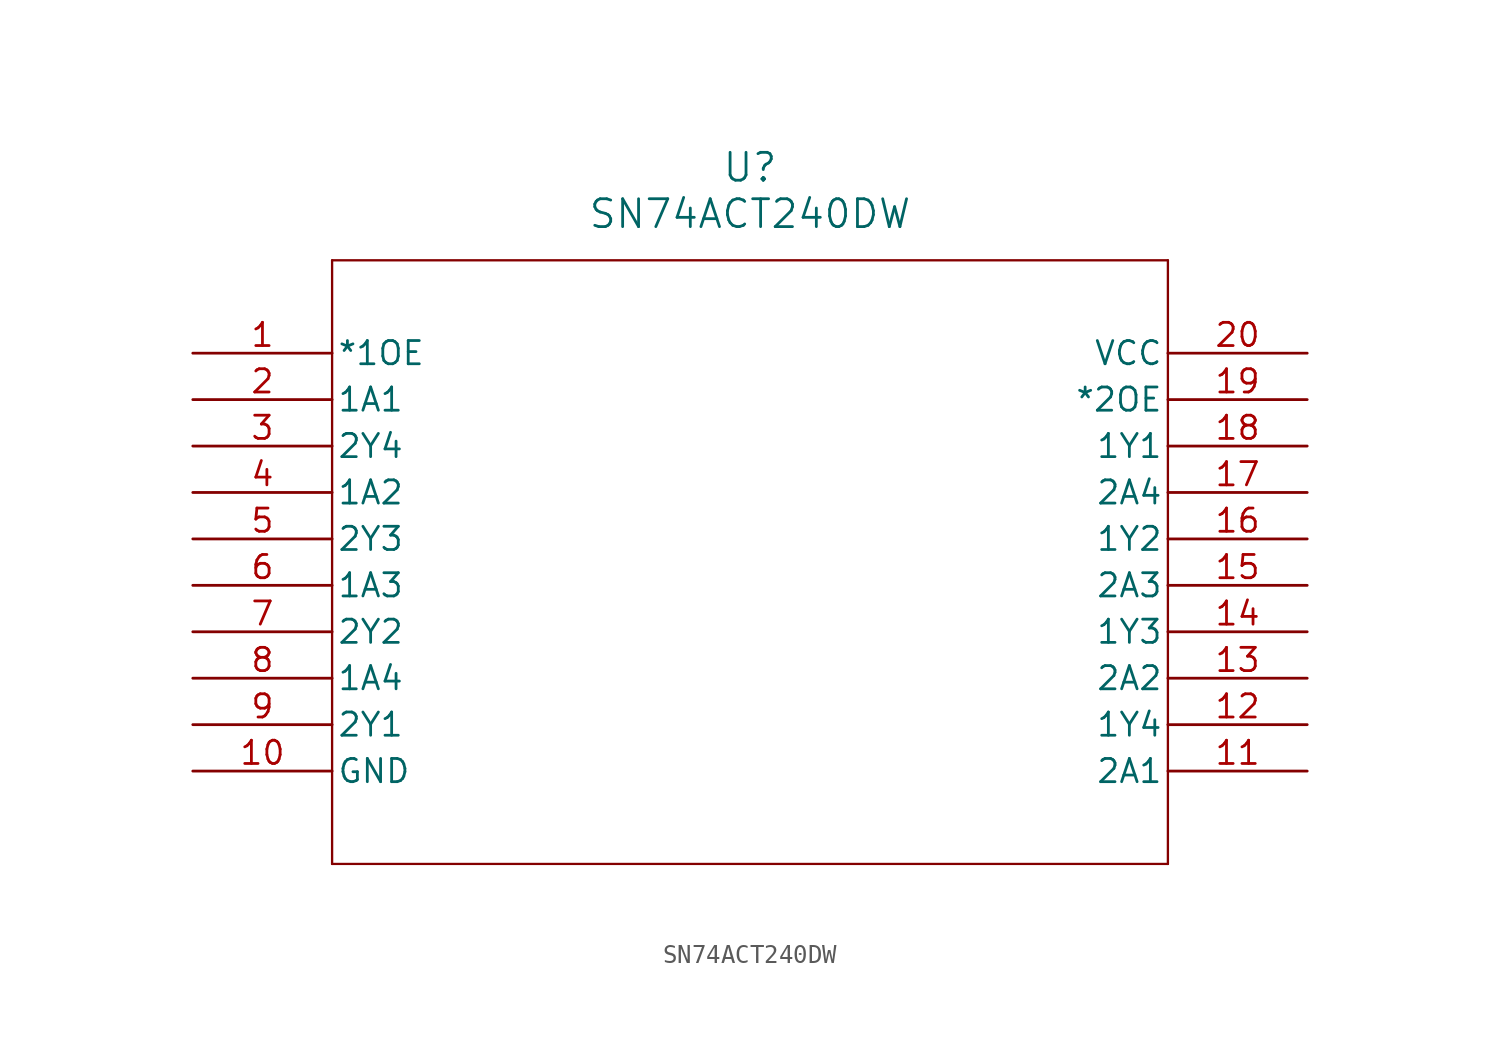
<source format=kicad_sym>
(kicad_symbol_lib
  (version 20211014)
  (generator kicad_symbol_editor)
  (symbol "SN74ACT240DW"
    (pin_names
      (offset 0.254))
    (property "Reference" "U"
      (at 30.48 10.16 0)
      (effects (font (size 1.524 1.524))))
    (property "Value" "SN74ACT240DW"
      (at 30.48 7.62 0)
      (effects (font (size 1.524 1.524))))
    (symbol "SN74ACT240DW_0_1"
      (polyline (pts (xy 7.62 5.08) (xy 7.62 -27.94)) (stroke (width 0.127) (type default) (color 0 0 0 0)) (fill (type none)))
      (polyline (pts (xy 7.62 -27.94) (xy 53.34 -27.94)) (stroke (width 0.127) (type default) (color 0 0 0 0)) (fill (type none)))
      (polyline (pts (xy 53.34 -27.94) (xy 53.34 5.08)) (stroke (width 0.127) (type default) (color 0 0 0 0)) (fill (type none)))
      (polyline (pts (xy 53.34 5.08) (xy 7.62 5.08)) (stroke (width 0.127) (type default) (color 0 0 0 0)) (fill (type none)))
      (pin input line (at 0 0 0) (length 7.62) (name "*1OE" (effects (font (size 1.27 1.27)))) (number "1" (effects (font (size 1.27 1.27)))))
      (pin input line (at 0 -2.54 0) (length 7.62) (name "1A1" (effects (font (size 1.27 1.27)))) (number "2" (effects (font (size 1.27 1.27)))))
      (pin output line (at 0 -5.08 0) (length 7.62) (name "2Y4" (effects (font (size 1.27 1.27)))) (number "3" (effects (font (size 1.27 1.27)))))
      (pin input line (at 0 -7.62 0) (length 7.62) (name "1A2" (effects (font (size 1.27 1.27)))) (number "4" (effects (font (size 1.27 1.27)))))
      (pin output line (at 0 -10.16 0) (length 7.62) (name "2Y3" (effects (font (size 1.27 1.27)))) (number "5" (effects (font (size 1.27 1.27)))))
      (pin input line (at 0 -12.7 0) (length 7.62) (name "1A3" (effects (font (size 1.27 1.27)))) (number "6" (effects (font (size 1.27 1.27)))))
      (pin output line (at 0 -15.24 0) (length 7.62) (name "2Y2" (effects (font (size 1.27 1.27)))) (number "7" (effects (font (size 1.27 1.27)))))
      (pin input line (at 0 -17.78 0) (length 7.62) (name "1A4" (effects (font (size 1.27 1.27)))) (number "8" (effects (font (size 1.27 1.27)))))
      (pin output line (at 0 -20.32 0) (length 7.62) (name "2Y1" (effects (font (size 1.27 1.27)))) (number "9" (effects (font (size 1.27 1.27)))))
      (pin power_in line (at 0 -22.86 0) (length 7.62) (name "GND" (effects (font (size 1.27 1.27)))) (number "10" (effects (font (size 1.27 1.27)))))
      (pin input line (at 60.96 -22.86 180) (length 7.62) (name "2A1" (effects (font (size 1.27 1.27)))) (number "11" (effects (font (size 1.27 1.27)))))
      (pin output line (at 60.96 -20.32 180) (length 7.62) (name "1Y4" (effects (font (size 1.27 1.27)))) (number "12" (effects (font (size 1.27 1.27)))))
      (pin input line (at 60.96 -17.78 180) (length 7.62) (name "2A2" (effects (font (size 1.27 1.27)))) (number "13" (effects (font (size 1.27 1.27)))))
      (pin output line (at 60.96 -15.24 180) (length 7.62) (name "1Y3" (effects (font (size 1.27 1.27)))) (number "14" (effects (font (size 1.27 1.27)))))
      (pin input line (at 60.96 -12.7 180) (length 7.62) (name "2A3" (effects (font (size 1.27 1.27)))) (number "15" (effects (font (size 1.27 1.27)))))
      (pin output line (at 60.96 -10.16 180) (length 7.62) (name "1Y2" (effects (font (size 1.27 1.27)))) (number "16" (effects (font (size 1.27 1.27)))))
      (pin input line (at 60.96 -7.62 180) (length 7.62) (name "2A4" (effects (font (size 1.27 1.27)))) (number "17" (effects (font (size 1.27 1.27)))))
      (pin output line (at 60.96 -5.08 180) (length 7.62) (name "1Y1" (effects (font (size 1.27 1.27)))) (number "18" (effects (font (size 1.27 1.27)))))
      (pin input line (at 60.96 -2.54 180) (length 7.62) (name "*2OE" (effects (font (size 1.27 1.27)))) (number "19" (effects (font (size 1.27 1.27)))))
      (pin power_in line (at 60.96 0 180) (length 7.62) (name "VCC" (effects (font (size 1.27 1.27)))) (number "20" (effects (font (size 1.27 1.27))))))))
</source>
